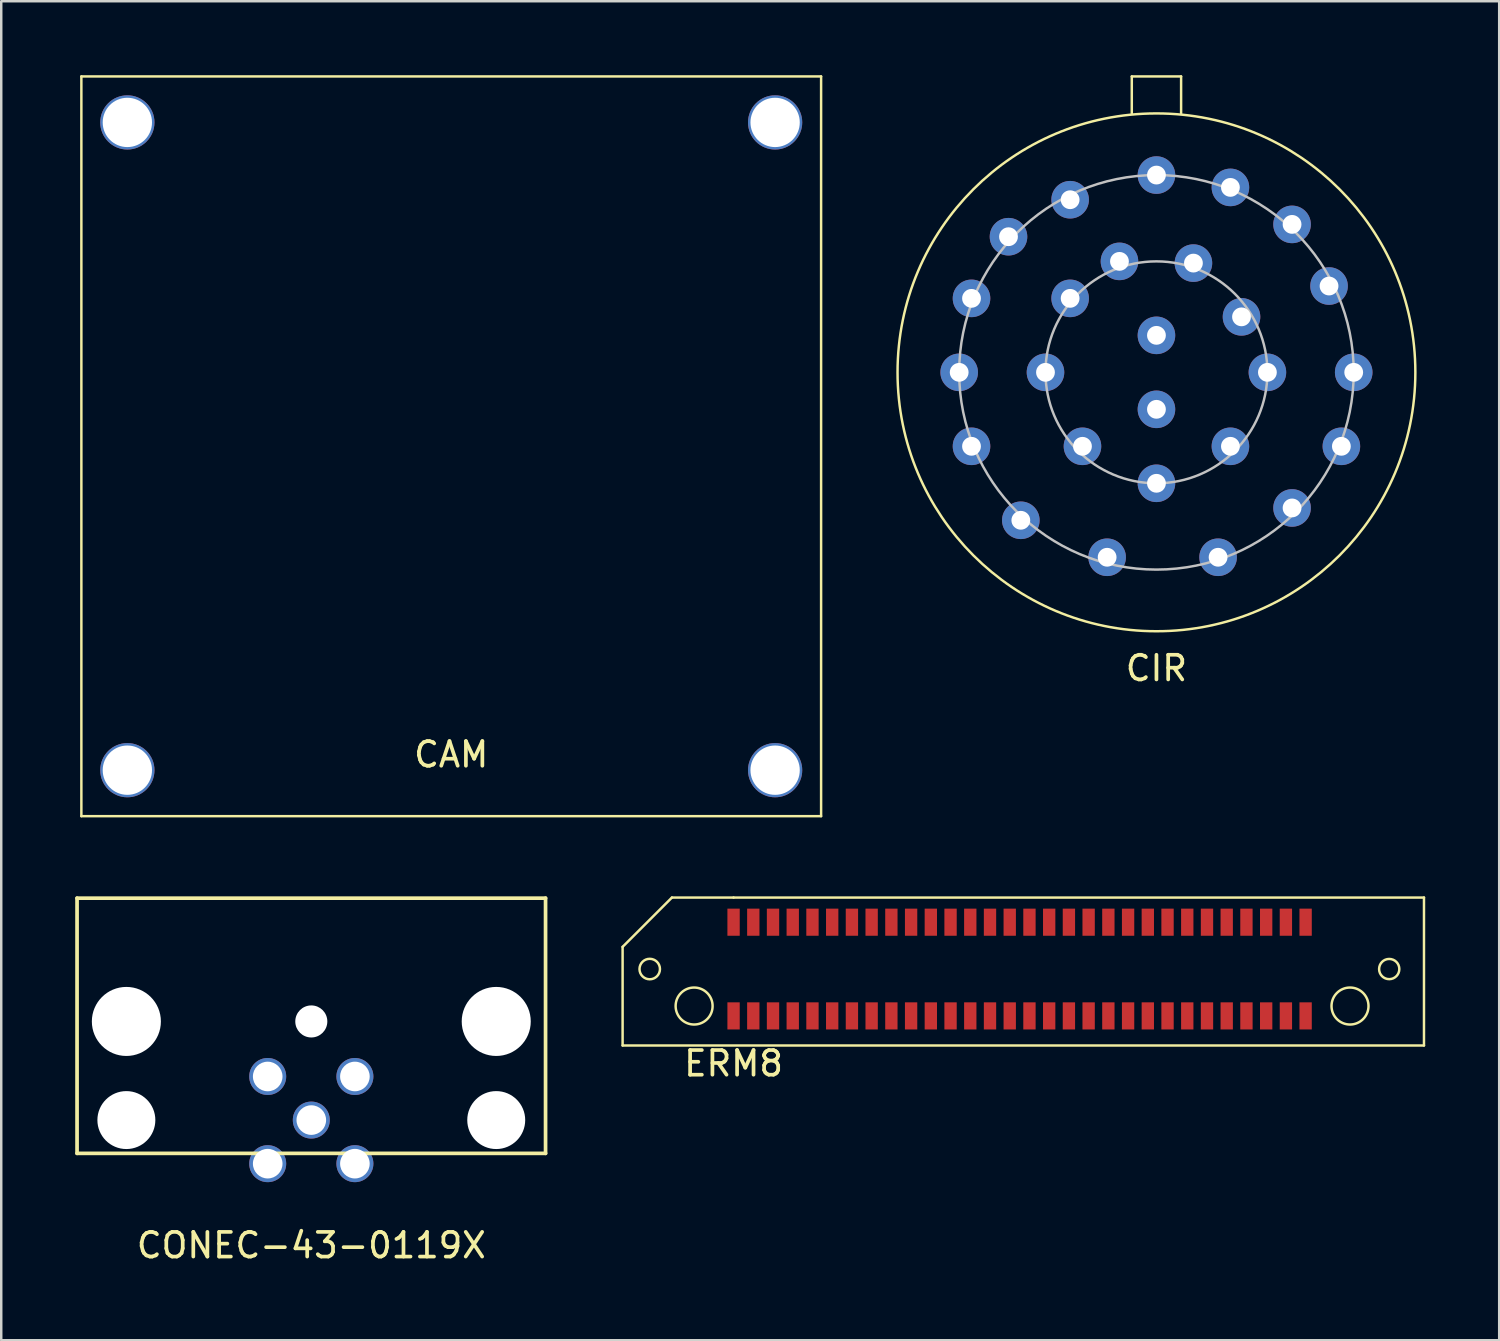
<source format=kicad_pcb>
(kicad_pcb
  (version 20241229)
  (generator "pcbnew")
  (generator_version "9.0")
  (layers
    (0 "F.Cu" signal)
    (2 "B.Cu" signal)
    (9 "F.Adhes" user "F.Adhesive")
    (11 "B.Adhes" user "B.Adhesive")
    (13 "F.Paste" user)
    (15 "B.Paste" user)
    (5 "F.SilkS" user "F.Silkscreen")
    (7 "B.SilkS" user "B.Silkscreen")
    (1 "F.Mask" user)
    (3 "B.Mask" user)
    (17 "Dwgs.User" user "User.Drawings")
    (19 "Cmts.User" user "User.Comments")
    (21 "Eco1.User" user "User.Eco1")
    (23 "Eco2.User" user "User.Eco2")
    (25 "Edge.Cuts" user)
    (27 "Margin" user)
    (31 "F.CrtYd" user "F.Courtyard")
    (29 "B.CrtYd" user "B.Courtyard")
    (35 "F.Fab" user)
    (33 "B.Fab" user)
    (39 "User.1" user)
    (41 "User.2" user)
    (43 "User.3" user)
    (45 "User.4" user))
  (footprint "CONEC-43-0119X"
    (layer "F.Cu")
    (at 9.575 42.375)
    (property "Reference" "CONEC-43-0119X" (at 0 5.08 0) (layer "F.SilkS") (effects (font (size 1 1) (thickness 0.15))))
    (attr smd)
    (fp_line (start -9.5 -9) (end -9.5 1.35) (stroke (width 0.15) (type solid)) (layer "F.SilkS"))
    (fp_line (start -9.5 -9) (end 9.5 -9) (stroke (width 0.15) (type solid)) (layer "F.SilkS"))
    (fp_line (start -9.5 1.35) (end 9.5 1.35) (stroke (width 0.15) (type solid)) (layer "F.SilkS"))
    (fp_line (start 9.5 -9) (end 9.5 1.35) (stroke (width 0.15) (type solid)) (layer "F.SilkS"))
    (pad "" np_thru_hole circle (at -7.5 -4) (size 2.8 2.8) (drill 2.8) (layers "*.Cu" "*.Mask"))
    (pad "" np_thru_hole circle (at -7.5 0) (size 2.35 2.35) (drill 2.35) (layers "*.Cu" "*.Mask"))
    (pad "" np_thru_hole circle (at 0 -4) (size 1.3 1.3) (drill 1.3) (layers "*.Cu" "*.Mask"))
    (pad "" np_thru_hole circle (at 7.5 -4) (size 2.8 2.8) (drill 2.8) (layers "*.Cu" "*.Mask"))
    (pad "" np_thru_hole circle (at 7.5 0) (size 2.35 2.35) (drill 2.35) (layers "*.Cu" "*.Mask"))
    (pad "1" thru_hole circle (at 1.768 1.768) (size 1.5 1.5) (drill 1.2) (layers "*.Cu" "*.Mask"))
    (pad "2" thru_hole circle (at -1.768 1.768) (size 1.5 1.5) (drill 1.2) (layers "*.Cu" "*.Mask"))
    (pad "3" thru_hole circle (at -1.768 -1.768) (size 1.5 1.5) (drill 1.2) (layers "*.Cu" "*.Mask"))
    (pad "4" thru_hole circle (at 1.768 -1.768) (size 1.5 1.5) (drill 1.2) (layers "*.Cu" "*.Mask"))
    (pad "5" thru_hole circle (at 0 0) (size 1.5 1.5) (drill 1.2) (layers "*.Cu" "*.Mask")))
  (footprint "CAM"
    (layer "F.Cu")
    (at 0.25 30.05)
    (property "Reference" "CAM" (at 15 -2.5 0) (layer "F.SilkS") (effects (font (size 1 1) (thickness 0.15))))
    (attr through_hole)
    (fp_line (start 0 -30) (end 0 0) (stroke (width 0.1) (type solid)) (layer "F.SilkS"))
    (fp_line (start 0 0) (end 30 0) (stroke (width 0.1) (type solid)) (layer "F.SilkS"))
    (fp_line (start 30 -30) (end 0 -30) (stroke (width 0.1) (type solid)) (layer "F.SilkS"))
    (fp_line (start 30 0) (end 30 -30) (stroke (width 0.1) (type solid)) (layer "F.SilkS"))
    (pad "1" thru_hole circle (at 1.865 -1.865) (size 2.2 2.2) (drill 2) (layers "*.Cu" "*.Mask"))
    (pad "2" thru_hole circle (at 28.135 -1.865) (size 2.2 2.2) (drill 2) (layers "*.Cu" "*.Mask"))
    (pad "3" thru_hole circle (at 28.135 -28.135) (size 2.2 2.2) (drill 2) (layers "*.Cu" "*.Mask"))
    (pad "4" thru_hole circle (at 1.865 -28.135) (size 2.2 2.2) (drill 2) (layers "*.Cu" "*.Mask")))
  (footprint "CIR"
    (layer "F.Cu")
    (at 43.85 12.05)
    (property "Reference" "CIR" (at 0 12 0) (layer "F.SilkS") (effects (font (size 1 1) (thickness 0.15))))
    (attr through_hole)
    (fp_line (start -1 -12) (end -1 -10.5) (stroke (width 0.1) (type solid)) (layer "F.SilkS"))
    (fp_line (start -1 -12) (end 1 -12) (stroke (width 0.1) (type solid)) (layer "F.SilkS"))
    (fp_line (start 1 -12) (end 1 -10.5) (stroke (width 0.1) (type solid)) (layer "F.SilkS"))
    (fp_circle (center 0 0) (end 10.5 0) (stroke (width 0.1) (type solid)) (fill no) (layer "F.SilkS"))
    (fp_circle (center 0 0) (end 0 -8) (stroke (width 0.1) (type solid)) (fill no) (layer "Dwgs.User"))
    (fp_circle (center 0 0) (end 0 4.5) (stroke (width 0.1) (type solid)) (fill no) (layer "Dwgs.User"))
    (pad "1" thru_hole circle (at 0 -8) (size 1.524 1.524) (drill 0.762) (layers "*.Cu" "*.Mask"))
    (pad "2" thru_hole circle (at 3 -7.5) (size 1.524 1.524) (drill 0.762) (layers "*.Cu" "*.Mask"))
    (pad "3" thru_hole circle (at 5.5 -6) (size 1.524 1.524) (drill 0.762) (layers "*.Cu" "*.Mask"))
    (pad "4" thru_hole circle (at 7 -3.5) (size 1.524 1.524) (drill 0.762) (layers "*.Cu" "*.Mask"))
    (pad "5" thru_hole circle (at 8 0) (size 1.524 1.524) (drill 0.762) (layers "*.Cu" "*.Mask"))
    (pad "6" thru_hole circle (at 7.5 3) (size 1.524 1.524) (drill 0.762) (layers "*.Cu" "*.Mask"))
    (pad "7" thru_hole circle (at 5.5 5.5) (size 1.524 1.524) (drill 0.762) (layers "*.Cu" "*.Mask"))
    (pad "8" thru_hole circle (at 2.5 7.5) (size 1.524 1.524) (drill 0.762) (layers "*.Cu" "*.Mask"))
    (pad "9" thru_hole circle (at -2 7.5) (size 1.524 1.524) (drill 0.762) (layers "*.Cu" "*.Mask"))
    (pad "10" thru_hole circle (at -5.5 6) (size 1.524 1.524) (drill 0.762) (layers "*.Cu" "*.Mask"))
    (pad "11" thru_hole circle (at -7.5 3) (size 1.524 1.524) (drill 0.762) (layers "*.Cu" "*.Mask"))
    (pad "12" thru_hole circle (at -8 0) (size 1.524 1.524) (drill 0.762) (layers "*.Cu" "*.Mask"))
    (pad "13" thru_hole circle (at -7.5 -3) (size 1.524 1.524) (drill 0.762) (layers "*.Cu" "*.Mask"))
    (pad "14" thru_hole circle (at -6 -5.5) (size 1.524 1.524) (drill 0.762) (layers "*.Cu" "*.Mask"))
    (pad "15" thru_hole circle (at -3.5 -7) (size 1.524 1.524) (drill 0.762) (layers "*.Cu" "*.Mask"))
    (pad "16" thru_hole circle (at 0 4.5) (size 1.524 1.524) (drill 0.762) (layers "*.Cu" "*.Mask"))
    (pad "17" thru_hole circle (at 3 3) (size 1.524 1.524) (drill 0.762) (layers "*.Cu" "*.Mask"))
    (pad "18" thru_hole circle (at 4.5 0) (size 1.524 1.524) (drill 0.762) (layers "*.Cu" "*.Mask"))
    (pad "19" thru_hole circle (at 3.45 -2.25) (size 1.524 1.524) (drill 0.762) (layers "*.Cu" "*.Mask"))
    (pad "20" thru_hole circle (at -3.5 -3) (size 1.524 1.524) (drill 0.762) (layers "*.Cu" "*.Mask"))
    (pad "21" thru_hole circle (at -4.5 0) (size 1.524 1.524) (drill 0.762) (layers "*.Cu" "*.Mask"))
    (pad "22" thru_hole circle (at -3 3) (size 1.524 1.524) (drill 0.762) (layers "*.Cu" "*.Mask"))
    (pad "23" thru_hole circle (at 0 -1.5) (size 1.524 1.524) (drill 0.762) (layers "*.Cu" "*.Mask"))
    (pad "24" thru_hole circle (at 1.5 -4.43) (size 1.524 1.524) (drill 0.762) (layers "*.Cu" "*.Mask"))
    (pad "25" thru_hole circle (at -1.5 -4.5) (size 1.524 1.524) (drill 0.762) (layers "*.Cu" "*.Mask"))
    (pad "26" thru_hole circle (at 0 1.5) (size 1.524 1.524) (drill 0.762) (layers "*.Cu" "*.Mask")))
  (footprint "ERM8"
    (layer "F.Cu")
    (at 26.7 34.35)
    (property "Reference" "ERM8" (at 0 5.73 0) (layer "F.SilkS") (effects (font (size 1 1) (thickness 0.15))))
    (attr through_hole)
    (fp_line (start -4.5 1) (end -4.5 5) (stroke (width 0.1) (type solid)) (layer "F.SilkS"))
    (fp_line (start -4.5 5) (end 28 5) (stroke (width 0.1) (type solid)) (layer "F.SilkS"))
    (fp_line (start -2.5 -1) (end -4.5 1) (stroke (width 0.1) (type solid)) (layer "F.SilkS"))
    (fp_line (start 0 -1) (end -2.5 -1) (stroke (width 0.1) (type solid)) (layer "F.SilkS"))
    (fp_line (start 28 -1) (end 0 -1) (stroke (width 0.1) (type solid)) (layer "F.SilkS"))
    (fp_line (start 28 5) (end 28 -1) (stroke (width 0.1) (type solid)) (layer "F.SilkS"))
    (fp_circle (center -3.4 1.9) (end -2.985 1.9) (stroke (width 0.1) (type solid)) (fill no) (layer "F.SilkS"))
    (fp_circle (center -1.6 3.4) (end -2.35 3.4) (stroke (width 0.1) (type solid)) (fill no) (layer "F.SilkS"))
    (fp_circle (center 25 3.4) (end 25.75 3.4) (stroke (width 0.1) (type solid)) (fill no) (layer "F.SilkS"))
    (fp_circle (center 26.59 1.9) (end 27 1.9) (stroke (width 0.1) (type solid)) (fill no) (layer "F.SilkS"))
    (pad "1" smd rect (at 0 0) (size 0.5 1.1) (layers "F.Cu" "F.Mask" "F.Paste"))
    (pad "2" smd rect (at 0 3.8) (size 0.5 1.1) (layers "F.Cu" "F.Mask" "F.Paste"))
    (pad "3" smd rect (at 0.8 0) (size 0.5 1.1) (layers "F.Cu" "F.Mask" "F.Paste"))
    (pad "4" smd rect (at 0.8 3.8) (size 0.5 1.1) (layers "F.Cu" "F.Mask" "F.Paste"))
    (pad "5" smd rect (at 1.6 0) (size 0.5 1.1) (layers "F.Cu" "F.Mask" "F.Paste"))
    (pad "6" smd rect (at 1.6 3.8) (size 0.5 1.1) (layers "F.Cu" "F.Mask" "F.Paste"))
    (pad "7" smd rect (at 2.4 0) (size 0.5 1.1) (layers "F.Cu" "F.Mask" "F.Paste"))
    (pad "8" smd rect (at 2.4 3.8) (size 0.5 1.1) (layers "F.Cu" "F.Mask" "F.Paste"))
    (pad "9" smd rect (at 3.2 0) (size 0.5 1.1) (layers "F.Cu" "F.Mask" "F.Paste"))
    (pad "10" smd rect (at 3.2 3.8) (size 0.5 1.1) (layers "F.Cu" "F.Mask" "F.Paste"))
    (pad "11" smd rect (at 4 0) (size 0.5 1.1) (layers "F.Cu" "F.Mask" "F.Paste"))
    (pad "12" smd rect (at 4 3.8) (size 0.5 1.1) (layers "F.Cu" "F.Mask" "F.Paste"))
    (pad "13" smd rect (at 4.8 0) (size 0.5 1.1) (layers "F.Cu" "F.Mask" "F.Paste"))
    (pad "14" smd rect (at 4.8 3.8) (size 0.5 1.1) (layers "F.Cu" "F.Mask" "F.Paste"))
    (pad "15" smd rect (at 5.6 0) (size 0.5 1.1) (layers "F.Cu" "F.Mask" "F.Paste"))
    (pad "16" smd rect (at 5.6 3.8) (size 0.5 1.1) (layers "F.Cu" "F.Mask" "F.Paste"))
    (pad "17" smd rect (at 6.4 0) (size 0.5 1.1) (layers "F.Cu" "F.Mask" "F.Paste"))
    (pad "18" smd rect (at 6.4 3.8) (size 0.5 1.1) (layers "F.Cu" "F.Mask" "F.Paste"))
    (pad "19" smd rect (at 7.2 0) (size 0.5 1.1) (layers "F.Cu" "F.Mask" "F.Paste"))
    (pad "20" smd rect (at 7.2 3.8) (size 0.5 1.1) (layers "F.Cu" "F.Mask" "F.Paste"))
    (pad "21" smd rect (at 8 0) (size 0.5 1.1) (layers "F.Cu" "F.Mask" "F.Paste"))
    (pad "22" smd rect (at 8 3.8) (size 0.5 1.1) (layers "F.Cu" "F.Mask" "F.Paste"))
    (pad "23" smd rect (at 8.8 0) (size 0.5 1.1) (layers "F.Cu" "F.Mask" "F.Paste"))
    (pad "24" smd rect (at 8.8 3.8) (size 0.5 1.1) (layers "F.Cu" "F.Mask" "F.Paste"))
    (pad "25" smd rect (at 9.6 0) (size 0.5 1.1) (layers "F.Cu" "F.Mask" "F.Paste"))
    (pad "26" smd rect (at 9.6 3.8) (size 0.5 1.1) (layers "F.Cu" "F.Mask" "F.Paste"))
    (pad "27" smd rect (at 10.4 0) (size 0.5 1.1) (layers "F.Cu" "F.Mask" "F.Paste"))
    (pad "28" smd rect (at 10.4 3.8) (size 0.5 1.1) (layers "F.Cu" "F.Mask" "F.Paste"))
    (pad "29" smd rect (at 11.2 0) (size 0.5 1.1) (layers "F.Cu" "F.Mask" "F.Paste"))
    (pad "30" smd rect (at 11.2 3.8) (size 0.5 1.1) (layers "F.Cu" "F.Mask" "F.Paste"))
    (pad "31" smd rect (at 12 0) (size 0.5 1.1) (layers "F.Cu" "F.Mask" "F.Paste"))
    (pad "32" smd rect (at 12 3.8) (size 0.5 1.1) (layers "F.Cu" "F.Mask" "F.Paste"))
    (pad "33" smd rect (at 12.8 0) (size 0.5 1.1) (layers "F.Cu" "F.Mask" "F.Paste"))
    (pad "34" smd rect (at 12.8 3.8) (size 0.5 1.1) (layers "F.Cu" "F.Mask" "F.Paste"))
    (pad "35" smd rect (at 13.6 0) (size 0.5 1.1) (layers "F.Cu" "F.Mask" "F.Paste"))
    (pad "36" smd rect (at 13.6 3.8) (size 0.5 1.1) (layers "F.Cu" "F.Mask" "F.Paste"))
    (pad "37" smd rect (at 14.4 0) (size 0.5 1.1) (layers "F.Cu" "F.Mask" "F.Paste"))
    (pad "38" smd rect (at 14.4 3.8) (size 0.5 1.1) (layers "F.Cu" "F.Mask" "F.Paste"))
    (pad "39" smd rect (at 15.2 0) (size 0.5 1.1) (layers "F.Cu" "F.Mask" "F.Paste"))
    (pad "40" smd rect (at 15.2 3.8) (size 0.5 1.1) (layers "F.Cu" "F.Mask" "F.Paste"))
    (pad "41" smd rect (at 16 0) (size 0.5 1.1) (layers "F.Cu" "F.Mask" "F.Paste"))
    (pad "42" smd rect (at 16 3.8) (size 0.5 1.1) (layers "F.Cu" "F.Mask" "F.Paste"))
    (pad "43" smd rect (at 16.8 0) (size 0.5 1.1) (layers "F.Cu" "F.Mask" "F.Paste"))
    (pad "44" smd rect (at 16.8 3.8) (size 0.5 1.1) (layers "F.Cu" "F.Mask" "F.Paste"))
    (pad "45" smd rect (at 17.6 0) (size 0.5 1.1) (layers "F.Cu" "F.Mask" "F.Paste"))
    (pad "46" smd rect (at 17.6 3.8) (size 0.5 1.1) (layers "F.Cu" "F.Mask" "F.Paste"))
    (pad "47" smd rect (at 18.4 0) (size 0.5 1.1) (layers "F.Cu" "F.Mask" "F.Paste"))
    (pad "48" smd rect (at 18.4 3.8) (size 0.5 1.1) (layers "F.Cu" "F.Mask" "F.Paste"))
    (pad "49" smd rect (at 19.2 0) (size 0.5 1.1) (layers "F.Cu" "F.Mask" "F.Paste"))
    (pad "50" smd rect (at 19.2 3.8) (size 0.5 1.1) (layers "F.Cu" "F.Mask" "F.Paste"))
    (pad "51" smd rect (at 20 0) (size 0.5 1.1) (layers "F.Cu" "F.Mask" "F.Paste"))
    (pad "52" smd rect (at 20 3.8) (size 0.5 1.1) (layers "F.Cu" "F.Mask" "F.Paste"))
    (pad "53" smd rect (at 20.8 0) (size 0.5 1.1) (layers "F.Cu" "F.Mask" "F.Paste"))
    (pad "54" smd rect (at 20.8 3.8) (size 0.5 1.1) (layers "F.Cu" "F.Mask" "F.Paste"))
    (pad "55" smd rect (at 21.6 0) (size 0.5 1.1) (layers "F.Cu" "F.Mask" "F.Paste"))
    (pad "56" smd rect (at 21.6 3.8) (size 0.5 1.1) (layers "F.Cu" "F.Mask" "F.Paste"))
    (pad "57" smd rect (at 22.4 0) (size 0.5 1.1) (layers "F.Cu" "F.Mask" "F.Paste"))
    (pad "58" smd rect (at 22.4 3.8) (size 0.5 1.1) (layers "F.Cu" "F.Mask" "F.Paste"))
    (pad "59" smd rect (at 23.2 0) (size 0.5 1.1) (layers "F.Cu" "F.Mask" "F.Paste"))
    (pad "60" smd rect (at 23.2 3.8) (size 0.5 1.1) (layers "F.Cu" "F.Mask" "F.Paste")))
  (gr_rect
    (start -3 -3)
    (end 57.75 51.303)
    (stroke (width 0.1) (type default))
    (fill no)
    (layer "Edge.Cuts")))
</source>
